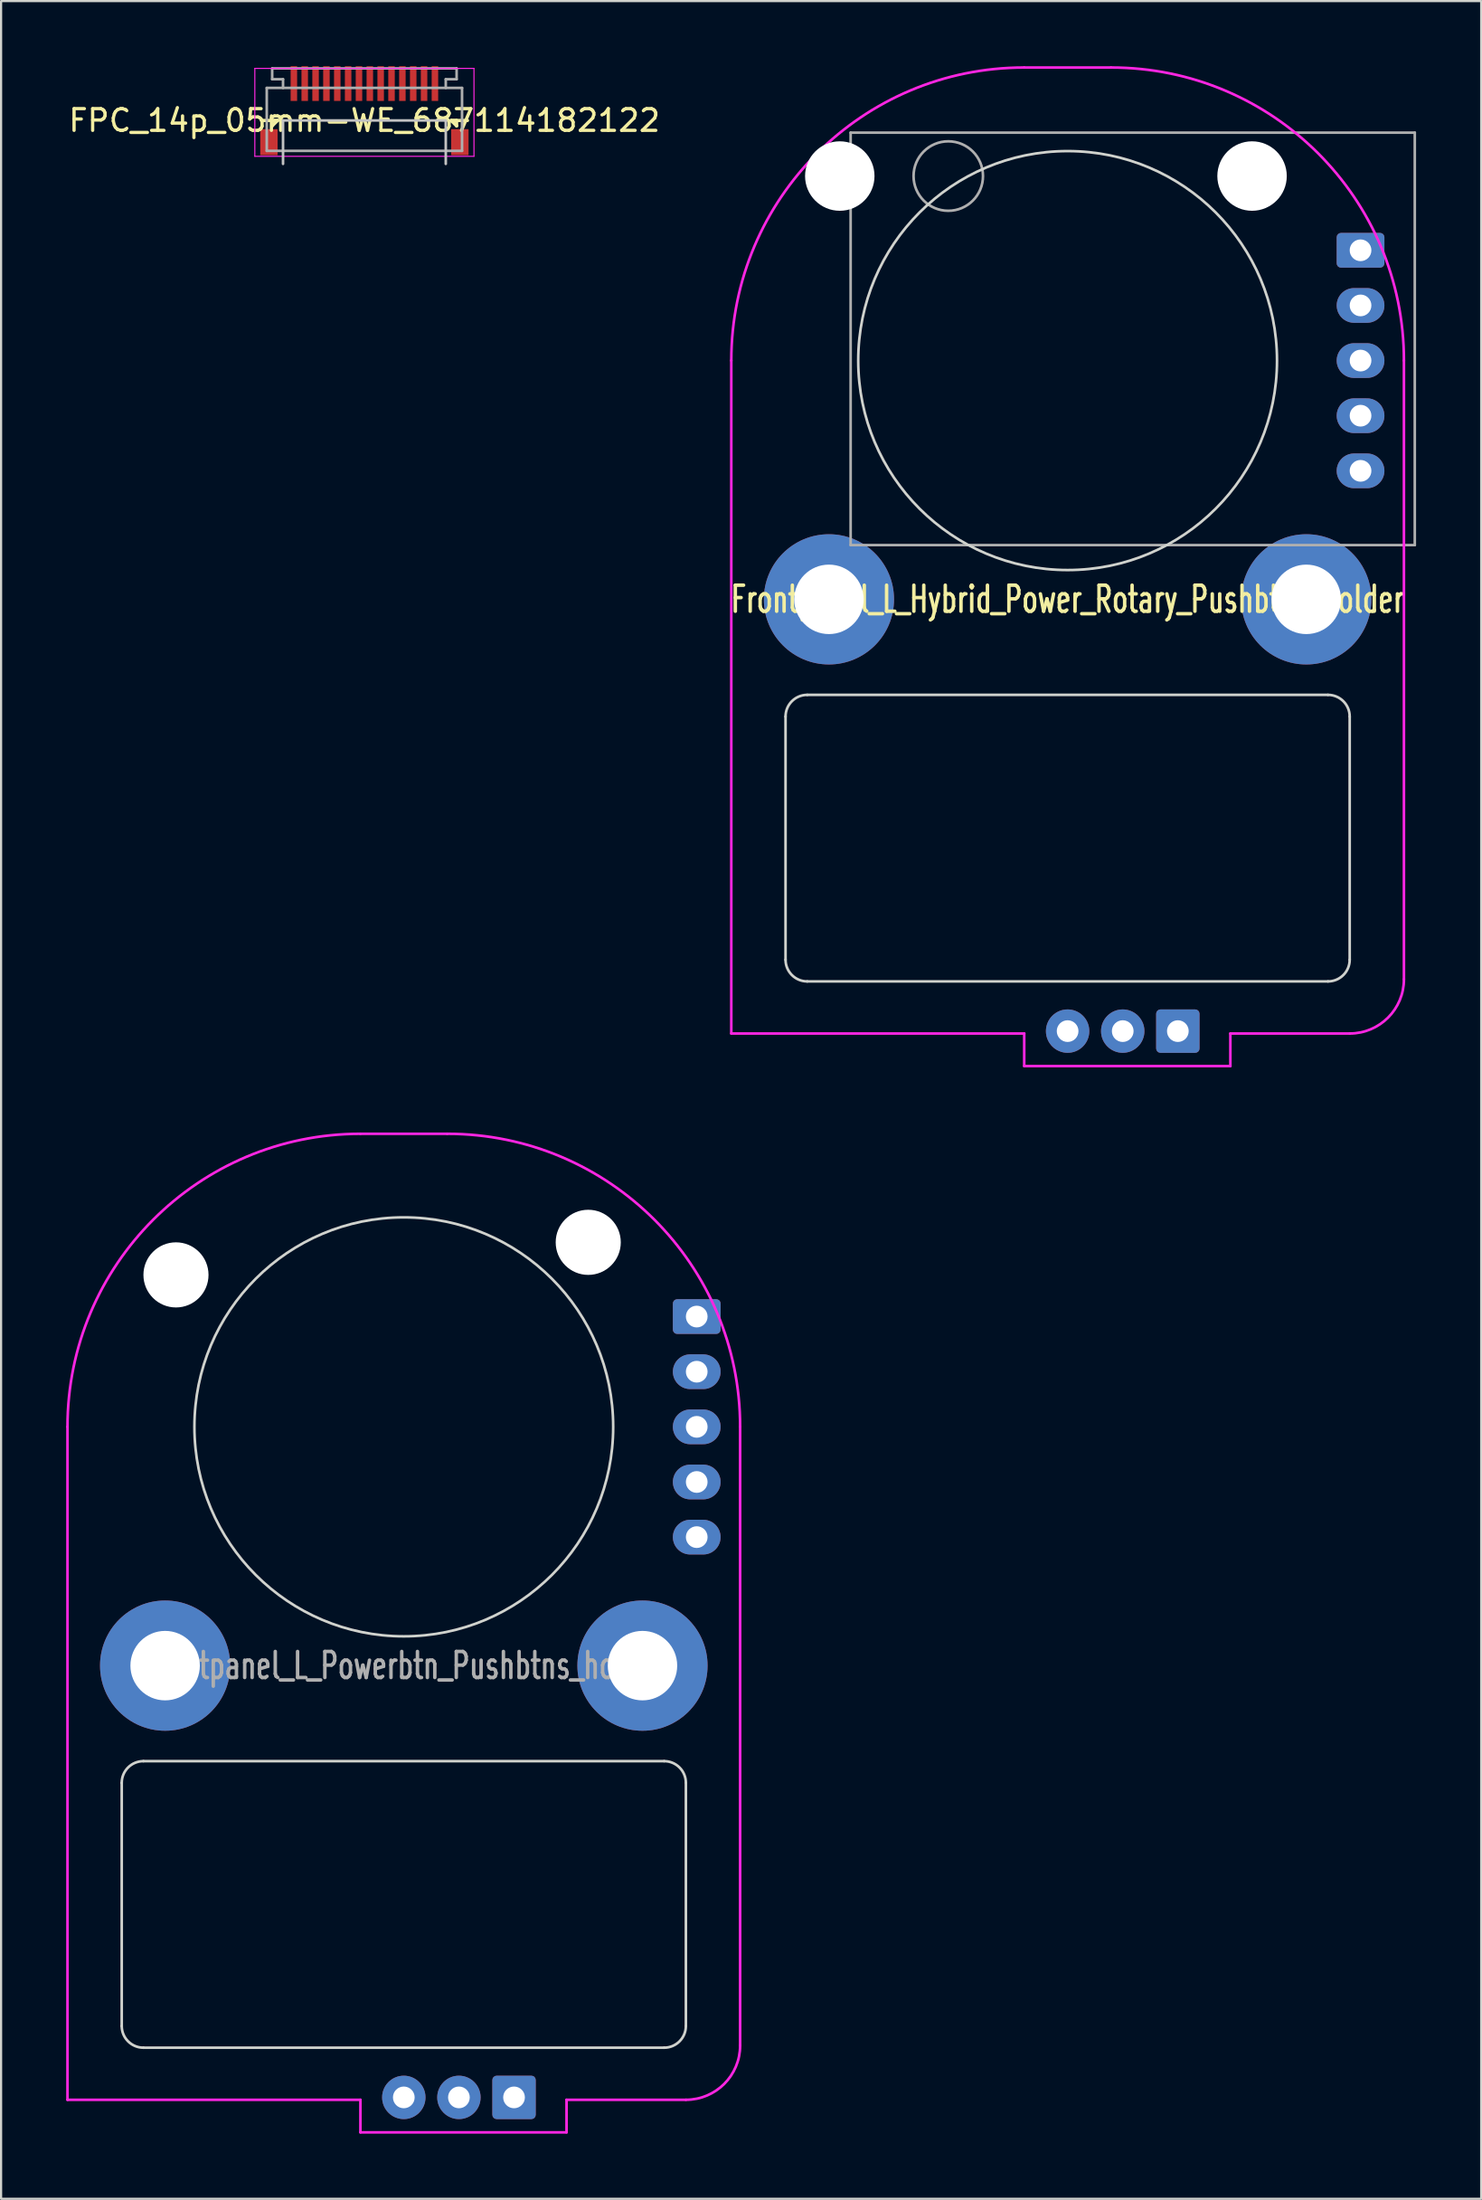
<source format=kicad_pcb>
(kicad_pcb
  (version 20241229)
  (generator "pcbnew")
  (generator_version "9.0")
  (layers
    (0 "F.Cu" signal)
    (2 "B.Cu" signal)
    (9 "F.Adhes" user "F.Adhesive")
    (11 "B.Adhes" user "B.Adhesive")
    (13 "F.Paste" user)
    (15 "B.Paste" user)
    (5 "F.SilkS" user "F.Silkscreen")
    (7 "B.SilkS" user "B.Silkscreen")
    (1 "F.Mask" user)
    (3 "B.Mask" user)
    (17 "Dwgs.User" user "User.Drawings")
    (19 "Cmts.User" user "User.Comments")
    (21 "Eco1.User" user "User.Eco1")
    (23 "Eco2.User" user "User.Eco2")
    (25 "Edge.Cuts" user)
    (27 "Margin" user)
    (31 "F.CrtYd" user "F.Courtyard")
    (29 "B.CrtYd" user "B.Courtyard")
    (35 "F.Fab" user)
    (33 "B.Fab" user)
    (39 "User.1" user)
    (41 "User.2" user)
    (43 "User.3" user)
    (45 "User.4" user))
  (footprint "FPC_14p_05mm-WE_687114182122"
    (layer "F.Cu")
    (at 13.744 1)
    (property "Reference" "FPC_14p_05mm-WE_687114182122" (at 0 1.5 0) (layer "F.SilkS") (effects (font (size 1 1) (thickness 0.15))))
    (attr smd)
    (fp_line (start -4.25 1.75) (end -4.25 1.5) (stroke (width 0.15) (type solid)) (layer "F.SilkS"))
    (fp_line (start -4 1.5) (end -4.75 1.5) (stroke (width 0.15) (type solid)) (layer "F.SilkS"))
    (fp_line (start -4 1.5) (end -4.25 1.5) (stroke (width 0.15) (type solid)) (layer "F.SilkS"))
    (fp_line (start -4 1.5) (end -4.25 1.75) (stroke (width 0.15) (type solid)) (layer "F.SilkS"))
    (fp_line (start 4 1.5) (end 4.25 1.5) (stroke (width 0.15) (type solid)) (layer "F.SilkS"))
    (fp_line (start 4 1.5) (end 4.25 1.75) (stroke (width 0.15) (type solid)) (layer "F.SilkS"))
    (fp_line (start 4 1.5) (end 4.75 1.5) (stroke (width 0.15) (type solid)) (layer "F.SilkS"))
    (fp_line (start 4.25 1.75) (end 4.25 1.5) (stroke (width 0.15) (type solid)) (layer "F.SilkS"))
    (fp_line (start -3.75 1.5) (end -3.75 3.5) (stroke (width 0.12) (type solid)) (layer "Dwgs.User"))
    (fp_line (start -3.75 1.5) (end 3.75 1.5) (stroke (width 0.12) (type solid)) (layer "Dwgs.User"))
    (fp_line (start 3.75 1.5) (end 3.75 3.5) (stroke (width 0.12) (type solid)) (layer "Dwgs.User"))
    (fp_line (start -5.05 -0.9) (end -5.05 3.15) (stroke (width 0.05) (type solid)) (layer "F.CrtYd"))
    (fp_line (start -5.05 -0.9) (end 5.05 -0.9) (stroke (width 0.05) (type solid)) (layer "F.CrtYd"))
    (fp_line (start -5.05 3.15) (end 5.05 3.15) (stroke (width 0.05) (type solid)) (layer "F.CrtYd"))
    (fp_line (start 5.05 -0.9) (end 5.05 3.15) (stroke (width 0.05) (type solid)) (layer "F.CrtYd"))
    (fp_line (start -4.5 0) (end 4.5 0) (stroke (width 0.12) (type solid)) (layer "F.Fab"))
    (fp_line (start -4.5 2.9) (end -4.5 0) (stroke (width 0.12) (type solid)) (layer "F.Fab"))
    (fp_line (start -4.25 -0.9) (end -4.25 -0.4) (stroke (width 0.12) (type solid)) (layer "F.Fab"))
    (fp_line (start -4.25 -0.9) (end 4.25 -0.9) (stroke (width 0.12) (type solid)) (layer "F.Fab"))
    (fp_line (start -4.25 -0.4) (end -3.75 -0.4) (stroke (width 0.12) (type solid)) (layer "F.Fab"))
    (fp_line (start -3.75 -0.4) (end -3.75 0) (stroke (width 0.12) (type solid)) (layer "F.Fab"))
    (fp_line (start 3.75 -0.4) (end 3.75 0) (stroke (width 0.12) (type solid)) (layer "F.Fab"))
    (fp_line (start 4.25 -0.9) (end 4.25 -0.4) (stroke (width 0.12) (type solid)) (layer "F.Fab"))
    (fp_line (start 4.25 -0.4) (end 3.75 -0.4) (stroke (width 0.12) (type solid)) (layer "F.Fab"))
    (fp_line (start 4.5 0) (end 4.5 2.9) (stroke (width 0.12) (type solid)) (layer "F.Fab"))
    (fp_line (start 4.5 2.9) (end -4.5 2.9) (stroke (width 0.12) (type solid)) (layer "F.Fab"))
    (pad "1" smd rect (at -3.25 -0.2) (size 0.3 1.6) (layers "F.Cu" "F.Mask" "F.Paste"))
    (pad "2" smd rect (at -2.75 -0.2) (size 0.3 1.6) (layers "F.Cu" "F.Mask" "F.Paste"))
    (pad "3" smd rect (at -2.25 -0.2) (size 0.3 1.6) (layers "F.Cu" "F.Mask" "F.Paste"))
    (pad "4" smd rect (at -1.75 -0.2) (size 0.3 1.6) (layers "F.Cu" "F.Mask" "F.Paste"))
    (pad "5" smd rect (at -1.25 -0.2) (size 0.3 1.6) (layers "F.Cu" "F.Mask" "F.Paste"))
    (pad "6" smd rect (at -0.75 -0.2) (size 0.3 1.6) (layers "F.Cu" "F.Mask" "F.Paste"))
    (pad "7" smd rect (at -0.25 -0.2) (size 0.3 1.6) (layers "F.Cu" "F.Mask" "F.Paste"))
    (pad "8" smd rect (at 0.25 -0.2) (size 0.3 1.6) (layers "F.Cu" "F.Mask" "F.Paste"))
    (pad "9" smd rect (at 0.75 -0.2) (size 0.3 1.6) (layers "F.Cu" "F.Mask" "F.Paste"))
    (pad "10" smd rect (at 1.25 -0.2) (size 0.3 1.6) (layers "F.Cu" "F.Mask" "F.Paste"))
    (pad "11" smd rect (at 1.75 -0.2) (size 0.3 1.6) (layers "F.Cu" "F.Mask" "F.Paste"))
    (pad "12" smd rect (at 2.25 -0.2) (size 0.3 1.6) (layers "F.Cu" "F.Mask" "F.Paste"))
    (pad "13" smd rect (at 2.75 -0.2) (size 0.3 1.6) (layers "F.Cu" "F.Mask" "F.Paste"))
    (pad "14" smd rect (at 3.25 -0.2) (size 0.3 1.6) (layers "F.Cu" "F.Mask" "F.Paste"))
    (pad "15" smd rect (at -4.4 2.5) (size 0.8 1.2) (layers "F.Cu" "F.Mask" "F.Paste"))
    (pad "16" smd rect (at 4.4 2.5) (size 0.8 1.2) (layers "F.Cu" "F.Mask" "F.Paste")))
  (footprint "Frontpanel_L_Hybrid_Power_Rotary_Pushbtns_holder"
    (layer "F.Cu")
    (at 46.153 13.56)
    (property "Reference" "Frontpanel_L_Hybrid_Power_Rotary_Pushbtns_holder" (at 0 11 0) (layer "F.SilkS") (effects (font (size 1.2 0.8) (thickness 0.16))))
    (attr through_hole)
    (fp_line (start -13 27.6) (end -13 16.4) (stroke (width 0.12) (type solid)) (layer "Edge.Cuts"))
    (fp_line (start -12 15.4) (end 12 15.4) (stroke (width 0.12) (type solid)) (layer "Edge.Cuts"))
    (fp_line (start 12 28.6) (end -12 28.6) (stroke (width 0.12) (type solid)) (layer "Edge.Cuts"))
    (fp_line (start 13 16.4) (end 13 27.6) (stroke (width 0.12) (type solid)) (layer "Edge.Cuts"))
    (fp_arc (start -13 16.4) (mid -12.707107 15.692893) (end -12 15.4) (stroke (width 0.12) (type solid)) (layer "Edge.Cuts"))
    (fp_arc (start -12 28.6) (mid -12.707107 28.307107) (end -13 27.6) (stroke (width 0.12) (type solid)) (layer "Edge.Cuts"))
    (fp_arc (start 12 15.4) (mid 12.707107 15.692893) (end 13 16.4) (stroke (width 0.12) (type solid)) (layer "Edge.Cuts"))
    (fp_arc (start 13 27.6) (mid 12.707107 28.307107) (end 12 28.6) (stroke (width 0.12) (type solid)) (layer "Edge.Cuts"))
    (fp_circle (center 0 0) (end 9.65 0) (stroke (width 0.12) (type solid)) (fill no) (layer "Edge.Cuts"))
    (fp_line (start -15.5 0) (end -15.5 31) (stroke (width 0.12) (type solid)) (layer "F.CrtYd"))
    (fp_line (start -15.5 31) (end -2 31) (stroke (width 0.12) (type solid)) (layer "F.CrtYd"))
    (fp_line (start -2 -13.5) (end 2 -13.5) (stroke (width 0.12) (type solid)) (layer "F.CrtYd"))
    (fp_line (start -2 31) (end -2 32.5) (stroke (width 0.12) (type solid)) (layer "F.CrtYd"))
    (fp_line (start -2 32.5) (end 7.5 32.5) (stroke (width 0.12) (type solid)) (layer "F.CrtYd"))
    (fp_line (start 7.5 31) (end 13 31) (stroke (width 0.12) (type solid)) (layer "F.CrtYd"))
    (fp_line (start 7.5 32.5) (end 7.5 31) (stroke (width 0.12) (type solid)) (layer "F.CrtYd"))
    (fp_line (start 15.5 28.5) (end 15.5 0) (stroke (width 0.12) (type solid)) (layer "F.CrtYd"))
    (fp_arc (start -15.5 0) (mid -11.545942 -9.545942) (end -2 -13.5) (stroke (width 0.12) (type solid)) (layer "F.CrtYd"))
    (fp_arc (start 2 -13.5) (mid 11.545942 -9.545942) (end 15.5 0) (stroke (width 0.12) (type solid)) (layer "F.CrtYd"))
    (fp_arc (start 15.5 28.5) (mid 14.767767 30.267767) (end 13 31) (stroke (width 0.12) (type solid)) (layer "F.CrtYd"))
    (fp_line (start -10 -10.5) (end 16 -10.5) (stroke (width 0.12) (type solid)) (layer "F.Fab"))
    (fp_line (start -10 8.5) (end -10 -10.5) (stroke (width 0.12) (type solid)) (layer "F.Fab"))
    (fp_line (start 16 -10.5) (end 16 8.5) (stroke (width 0.12) (type solid)) (layer "F.Fab"))
    (fp_line (start 16 8.5) (end -10 8.5) (stroke (width 0.12) (type solid)) (layer "F.Fab"))
    (fp_circle (center -5.5 -8.5) (end -3.9 -8.5) (stroke (width 0.12) (type solid)) (fill no) (layer "F.Fab"))
    (pad "" thru_hole circle (at -11 11) (size 6 6) (drill 3.2) (layers "*.Cu" "*.Mask"))
    (pad "" np_thru_hole circle (at -10.5 -8.5) (size 3.2 3.2) (drill 3.2) (layers "*.Cu" "*.Mask"))
    (pad "" np_thru_hole circle (at 8.5 -8.5) (size 3.2 3.2) (drill 3.2) (layers "*.Cu" "*.Mask"))
    (pad "" thru_hole circle (at 11 11) (size 6 6) (drill 3.2) (layers "*.Cu" "*.Mask"))
    (pad "1" thru_hole roundrect (at 13.5 -5.08) (size 2.2 1.6) (drill 1) (layers "*.Cu" "*.Mask") (roundrect_rratio 0.125))
    (pad "2" thru_hole oval (at 13.5 -2.54) (size 2.2 1.6) (drill 1) (layers "*.Cu" "*.Mask"))
    (pad "3" thru_hole oval (at 13.5 0) (size 2.2 1.6) (drill 1) (layers "*.Cu" "*.Mask"))
    (pad "4" thru_hole oval (at 13.5 2.54) (size 2.2 1.6) (drill 1) (layers "*.Cu" "*.Mask"))
    (pad "5" thru_hole oval (at 13.5 5.08) (size 2.2 1.6) (drill 1) (layers "*.Cu" "*.Mask"))
    (pad "6" thru_hole roundrect (at 5.08 30.89) (size 2 2) (drill 1) (layers "*.Cu" "*.Mask") (roundrect_rratio 0.1))
    (pad "7" thru_hole circle (at 2.54 30.89) (size 2 2) (drill 1) (layers "*.Cu" "*.Mask"))
    (pad "8" thru_hole circle (at 0 30.89) (size 2 2) (drill 1) (layers "*.Cu" "*.Mask")))
  (footprint "Frontpanel_L_Powerbtn_Pushbtns_holder"
    (layer "F.Cu")
    (at 15.56 62.68)
    (property "Reference" "Frontpanel_L_Powerbtn_Pushbtns_holder" (at 0 11 0) (layer "F.Fab") (effects (font (size 1.2 0.8) (thickness 0.16))))
    (attr through_hole)
    (fp_line (start -13 27.6) (end -13 16.4) (stroke (width 0.12) (type solid)) (layer "Edge.Cuts"))
    (fp_line (start -12 15.4) (end 12 15.4) (stroke (width 0.12) (type solid)) (layer "Edge.Cuts"))
    (fp_line (start 12 28.6) (end -12 28.6) (stroke (width 0.12) (type solid)) (layer "Edge.Cuts"))
    (fp_line (start 13 16.4) (end 13 27.6) (stroke (width 0.12) (type solid)) (layer "Edge.Cuts"))
    (fp_arc (start -13 16.4) (mid -12.707107 15.692893) (end -12 15.4) (stroke (width 0.12) (type solid)) (layer "Edge.Cuts"))
    (fp_arc (start -12 28.6) (mid -12.707107 28.307107) (end -13 27.6) (stroke (width 0.12) (type solid)) (layer "Edge.Cuts"))
    (fp_arc (start 12 15.4) (mid 12.707107 15.692893) (end 13 16.4) (stroke (width 0.12) (type solid)) (layer "Edge.Cuts"))
    (fp_arc (start 13 27.6) (mid 12.707107 28.307107) (end 12 28.6) (stroke (width 0.12) (type solid)) (layer "Edge.Cuts"))
    (fp_circle (center 0 0) (end 9.65 0) (stroke (width 0.12) (type solid)) (fill no) (layer "Edge.Cuts"))
    (fp_line (start -15.5 0) (end -15.5 31) (stroke (width 0.12) (type solid)) (layer "F.CrtYd"))
    (fp_line (start -15.5 31) (end -2 31) (stroke (width 0.12) (type solid)) (layer "F.CrtYd"))
    (fp_line (start -2 -13.5) (end 2 -13.5) (stroke (width 0.12) (type solid)) (layer "F.CrtYd"))
    (fp_line (start -2 31) (end -2 32.5) (stroke (width 0.12) (type solid)) (layer "F.CrtYd"))
    (fp_line (start -2 32.5) (end 7.5 32.5) (stroke (width 0.12) (type solid)) (layer "F.CrtYd"))
    (fp_line (start 7.5 31) (end 13 31) (stroke (width 0.12) (type solid)) (layer "F.CrtYd"))
    (fp_line (start 7.5 32.5) (end 7.5 31) (stroke (width 0.12) (type solid)) (layer "F.CrtYd"))
    (fp_line (start 15.5 28.5) (end 15.5 0) (stroke (width 0.12) (type solid)) (layer "F.CrtYd"))
    (fp_arc (start -15.5 0) (mid -11.545942 -9.545942) (end -2 -13.5) (stroke (width 0.12) (type solid)) (layer "F.CrtYd"))
    (fp_arc (start 2 -13.5) (mid 11.545942 -9.545942) (end 15.5 0) (stroke (width 0.12) (type solid)) (layer "F.CrtYd"))
    (fp_arc (start 15.5 28.5) (mid 14.767767 30.267767) (end 13 31) (stroke (width 0.12) (type solid)) (layer "F.CrtYd"))
    (pad "" np_thru_hole circle (at -10.5 -7) (size 3 3) (drill 3) (layers "*.Cu" "*.Mask"))
    (pad "" np_thru_hole circle (at 8.5 -8.5) (size 3 3) (drill 3) (layers "*.Cu" "*.Mask"))
    (pad "1" thru_hole roundrect (at 13.5 -5.08) (size 2.2 1.6) (drill 1) (layers "*.Cu" "*.Mask") (roundrect_rratio 0.125))
    (pad "2" thru_hole oval (at 13.5 -2.54) (size 2.2 1.6) (drill 1) (layers "*.Cu" "*.Mask"))
    (pad "3" thru_hole oval (at 13.5 0) (size 2.2 1.6) (drill 1) (layers "*.Cu" "*.Mask"))
    (pad "4" thru_hole oval (at 13.5 2.54) (size 2.2 1.6) (drill 1) (layers "*.Cu" "*.Mask"))
    (pad "5" thru_hole oval (at 13.5 5.08) (size 2.2 1.6) (drill 1) (layers "*.Cu" "*.Mask"))
    (pad "6" thru_hole roundrect (at 5.08 30.89) (size 2 2) (drill 1) (layers "*.Cu" "*.Mask") (roundrect_rratio 0.1))
    (pad "7" thru_hole circle (at 2.54 30.89) (size 2 2) (drill 1) (layers "*.Cu" "*.Mask"))
    (pad "8" thru_hole circle (at 0 30.89) (size 2 2) (drill 1) (layers "*.Cu" "*.Mask"))
    (pad "9" thru_hole circle (at -11 11) (size 6 6) (drill 3.2) (layers "*.Cu" "*.Mask"))
    (pad "10" thru_hole circle (at 11 11) (size 6 6) (drill 3.2) (layers "*.Cu" "*.Mask")))
  (gr_rect
    (start -3 -3)
    (end 65.213 98.24)
    (stroke (width 0.1) (type default))
    (fill no)
    (layer "Edge.Cuts")))
</source>
